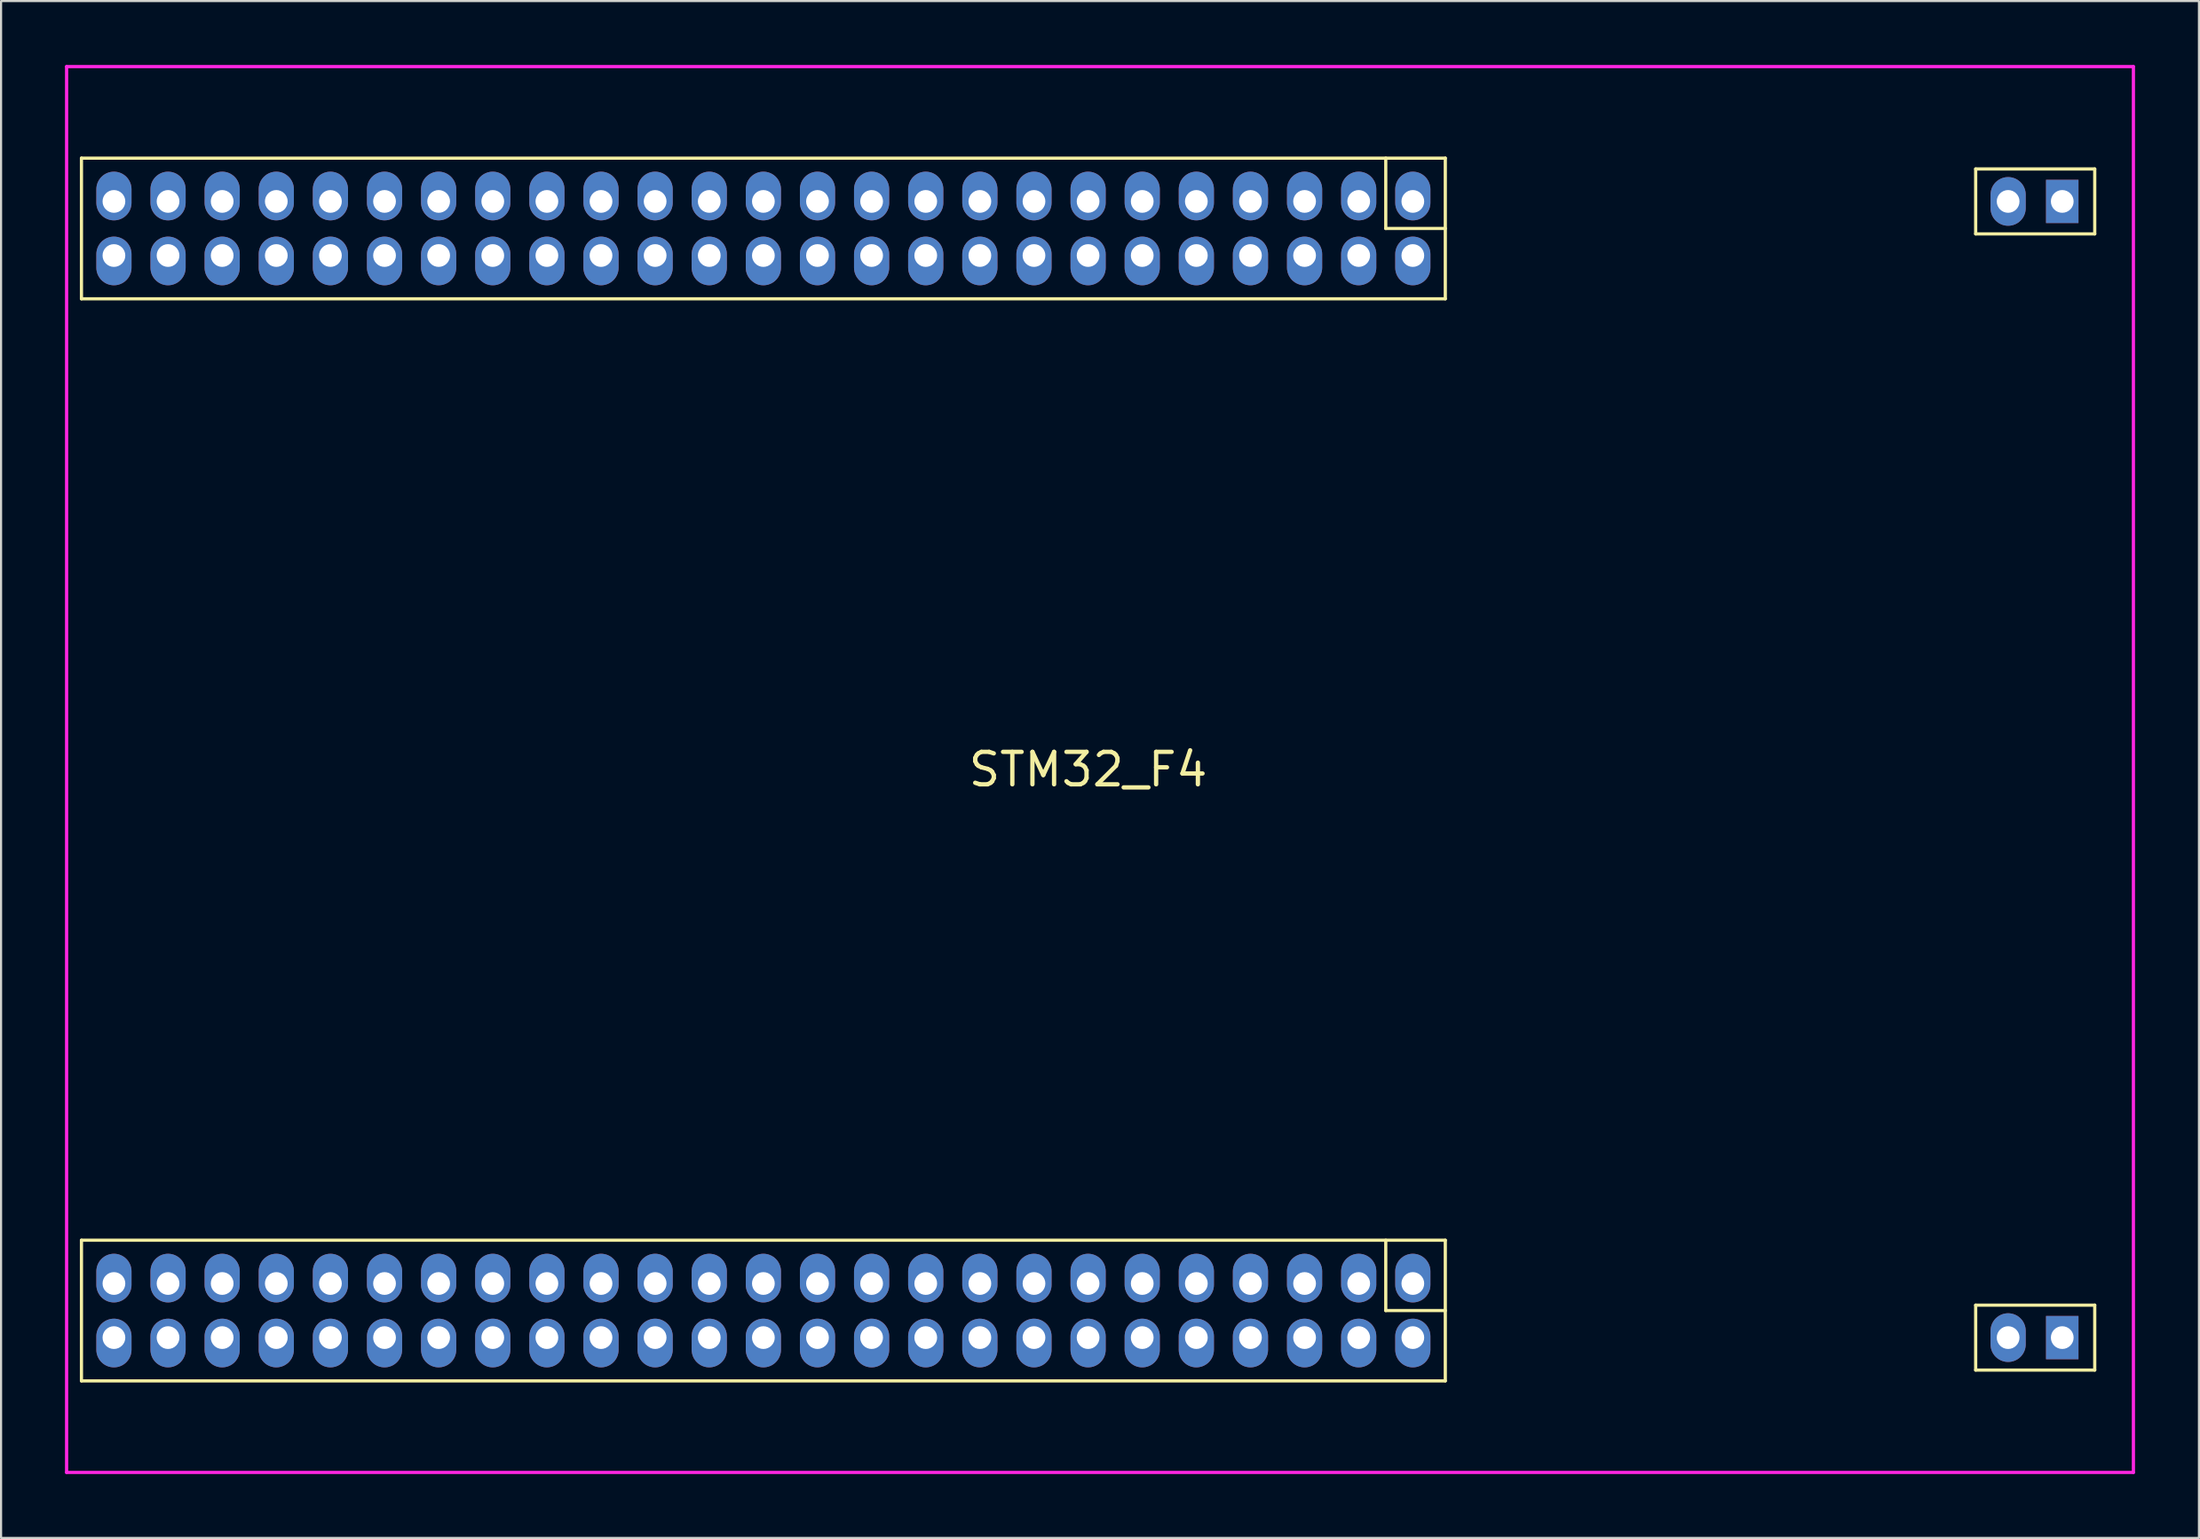
<source format=kicad_pcb>
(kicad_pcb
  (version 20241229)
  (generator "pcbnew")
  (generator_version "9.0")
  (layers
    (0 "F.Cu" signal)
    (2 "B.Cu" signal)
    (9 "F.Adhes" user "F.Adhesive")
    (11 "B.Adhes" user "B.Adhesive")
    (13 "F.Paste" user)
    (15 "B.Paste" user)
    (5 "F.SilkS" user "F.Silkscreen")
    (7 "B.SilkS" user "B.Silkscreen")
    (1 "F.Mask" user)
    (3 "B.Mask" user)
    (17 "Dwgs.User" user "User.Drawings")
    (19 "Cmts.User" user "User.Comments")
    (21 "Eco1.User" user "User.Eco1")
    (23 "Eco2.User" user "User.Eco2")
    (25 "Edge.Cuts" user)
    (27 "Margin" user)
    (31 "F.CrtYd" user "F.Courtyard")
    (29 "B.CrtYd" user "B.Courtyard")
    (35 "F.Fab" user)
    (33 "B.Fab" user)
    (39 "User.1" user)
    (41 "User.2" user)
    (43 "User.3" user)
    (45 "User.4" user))
  (footprint "STM32_F4"
    (layer "F.Cu")
    (at 48.017 31.806)
    (property "Reference" "STM32_F4" (at 0 1.27 0) (layer "F.SilkS") (effects (font (size 1.524 1.524) (thickness 0.203))))
    (attr through_hole)
    (fp_line (start -47.244 -27.432) (end -47.244 -20.828) (stroke (width 0.15) (type solid)) (layer "F.SilkS"))
    (fp_line (start -47.244 -20.828) (end 16.764 -20.828) (stroke (width 0.15) (type solid)) (layer "F.SilkS"))
    (fp_line (start -47.244 23.368) (end -47.244 29.972) (stroke (width 0.15) (type solid)) (layer "F.SilkS"))
    (fp_line (start -47.244 29.972) (end 16.764 29.972) (stroke (width 0.15) (type solid)) (layer "F.SilkS"))
    (fp_line (start 13.97 -27.432) (end 13.97 -24.13) (stroke (width 0.15) (type solid)) (layer "F.SilkS"))
    (fp_line (start 13.97 -24.13) (end 16.764 -24.13) (stroke (width 0.15) (type solid)) (layer "F.SilkS"))
    (fp_line (start 13.97 23.368) (end 13.97 26.67) (stroke (width 0.15) (type solid)) (layer "F.SilkS"))
    (fp_line (start 13.97 26.67) (end 16.764 26.67) (stroke (width 0.15) (type solid)) (layer "F.SilkS"))
    (fp_line (start 16.764 -27.432) (end -47.244 -27.432) (stroke (width 0.15) (type solid)) (layer "F.SilkS"))
    (fp_line (start 16.764 -20.828) (end 16.764 -27.432) (stroke (width 0.15) (type solid)) (layer "F.SilkS"))
    (fp_line (start 16.764 23.368) (end -47.244 23.368) (stroke (width 0.15) (type solid)) (layer "F.SilkS"))
    (fp_line (start 16.764 29.972) (end 16.764 23.368) (stroke (width 0.15) (type solid)) (layer "F.SilkS"))
    (fp_line (start 41.656 -26.924) (end 47.244 -26.924) (stroke (width 0.15) (type solid)) (layer "F.SilkS"))
    (fp_line (start 41.656 -23.876) (end 41.656 -26.924) (stroke (width 0.15) (type solid)) (layer "F.SilkS"))
    (fp_line (start 41.656 26.416) (end 41.656 29.464) (stroke (width 0.15) (type solid)) (layer "F.SilkS"))
    (fp_line (start 41.656 29.464) (end 47.244 29.464) (stroke (width 0.15) (type solid)) (layer "F.SilkS"))
    (fp_line (start 47.244 -26.924) (end 47.244 -23.876) (stroke (width 0.15) (type solid)) (layer "F.SilkS"))
    (fp_line (start 47.244 -23.876) (end 41.656 -23.876) (stroke (width 0.15) (type solid)) (layer "F.SilkS"))
    (fp_line (start 47.244 26.416) (end 41.656 26.416) (stroke (width 0.15) (type solid)) (layer "F.SilkS"))
    (fp_line (start 47.244 29.464) (end 47.244 26.416) (stroke (width 0.15) (type solid)) (layer "F.SilkS"))
    (fp_line (start -47.941 34.27) (end -47.941 -31.73) (stroke (width 0.152) (type solid)) (layer "F.CrtYd"))
    (fp_line (start -47.941 34.27) (end 49.059 34.27) (stroke (width 0.152) (type solid)) (layer "F.CrtYd"))
    (fp_line (start 49.059 -31.73) (end -47.941 -31.73) (stroke (width 0.152) (type solid)) (layer "F.CrtYd"))
    (fp_line (start 49.059 34.27) (end 49.059 -31.73) (stroke (width 0.152) (type solid)) (layer "F.CrtYd"))
    (pad "1-1" thru_hole oval (at 15.24 -25.4) (size 1.651 2.286) (drill 1.067 (offset 0 -0.254)) (layers "*.Cu" "*.Mask"))
    (pad "1-2" thru_hole oval (at 15.24 -22.86 180) (size 1.651 2.286) (drill 1.067 (offset 0 -0.254)) (layers "*.Cu" "*.Mask"))
    (pad "1-3" thru_hole oval (at 12.7 -25.4) (size 1.651 2.286) (drill 1.067 (offset 0 -0.254)) (layers "*.Cu" "*.Mask"))
    (pad "1-4" thru_hole oval (at 12.7 -22.86 180) (size 1.651 2.286) (drill 1.067 (offset 0 -0.254)) (layers "*.Cu" "*.Mask"))
    (pad "1-5" thru_hole oval (at 10.16 -25.4) (size 1.651 2.286) (drill 1.067 (offset 0 -0.254)) (layers "*.Cu" "*.Mask"))
    (pad "1-6" thru_hole oval (at 10.16 -22.86 180) (size 1.651 2.286) (drill 1.067 (offset 0 -0.254)) (layers "*.Cu" "*.Mask"))
    (pad "1-7" thru_hole oval (at 7.62 -25.4) (size 1.651 2.286) (drill 1.067 (offset 0 -0.254)) (layers "*.Cu" "*.Mask"))
    (pad "1-8" thru_hole oval (at 7.62 -22.86 180) (size 1.651 2.286) (drill 1.067 (offset 0 -0.254)) (layers "*.Cu" "*.Mask"))
    (pad "1-9" thru_hole oval (at 5.08 -25.4) (size 1.651 2.286) (drill 1.067 (offset 0 -0.254)) (layers "*.Cu" "*.Mask"))
    (pad "1-10" thru_hole oval (at 5.08 -22.86 180) (size 1.651 2.286) (drill 1.067 (offset 0 -0.254)) (layers "*.Cu" "*.Mask"))
    (pad "1-11" thru_hole oval (at 2.54 -25.4) (size 1.651 2.286) (drill 1.067 (offset 0 -0.254)) (layers "*.Cu" "*.Mask"))
    (pad "1-12" thru_hole oval (at 2.54 -22.86 180) (size 1.651 2.286) (drill 1.067 (offset 0 -0.254)) (layers "*.Cu" "*.Mask"))
    (pad "1-13" thru_hole oval (at 0 -25.4) (size 1.651 2.286) (drill 1.067 (offset 0 -0.254)) (layers "*.Cu" "*.Mask"))
    (pad "1-14" thru_hole oval (at 0 -22.86 180) (size 1.651 2.286) (drill 1.067 (offset 0 -0.254)) (layers "*.Cu" "*.Mask"))
    (pad "1-15" thru_hole oval (at -2.54 -25.4) (size 1.651 2.286) (drill 1.067 (offset 0 -0.254)) (layers "*.Cu" "*.Mask"))
    (pad "1-16" thru_hole oval (at -2.54 -22.86 180) (size 1.651 2.286) (drill 1.067 (offset 0 -0.254)) (layers "*.Cu" "*.Mask"))
    (pad "1-17" thru_hole oval (at -5.08 -25.4) (size 1.651 2.286) (drill 1.067 (offset 0 -0.254)) (layers "*.Cu" "*.Mask"))
    (pad "1-18" thru_hole oval (at -5.08 -22.86 180) (size 1.651 2.286) (drill 1.067 (offset 0 -0.254)) (layers "*.Cu" "*.Mask"))
    (pad "1-19" thru_hole oval (at -7.62 -25.4) (size 1.651 2.286) (drill 1.067 (offset 0 -0.254)) (layers "*.Cu" "*.Mask"))
    (pad "1-20" thru_hole oval (at -7.62 -22.86 180) (size 1.651 2.286) (drill 1.067 (offset 0 -0.254)) (layers "*.Cu" "*.Mask"))
    (pad "1-21" thru_hole oval (at -10.16 -25.4) (size 1.651 2.286) (drill 1.067 (offset 0 -0.254)) (layers "*.Cu" "*.Mask"))
    (pad "1-22" thru_hole oval (at -10.16 -22.86 180) (size 1.651 2.286) (drill 1.067 (offset 0 -0.254)) (layers "*.Cu" "*.Mask"))
    (pad "1-23" thru_hole oval (at -12.7 -25.4) (size 1.651 2.286) (drill 1.067 (offset 0 -0.254)) (layers "*.Cu" "*.Mask"))
    (pad "1-24" thru_hole oval (at -12.7 -22.86 180) (size 1.651 2.286) (drill 1.067 (offset 0 -0.254)) (layers "*.Cu" "*.Mask"))
    (pad "1-25" thru_hole oval (at -15.24 -25.4) (size 1.651 2.286) (drill 1.067 (offset 0 -0.254)) (layers "*.Cu" "*.Mask"))
    (pad "1-26" thru_hole oval (at -15.24 -22.86 180) (size 1.651 2.286) (drill 1.067 (offset 0 -0.254)) (layers "*.Cu" "*.Mask"))
    (pad "1-27" thru_hole oval (at -17.78 -25.4) (size 1.651 2.286) (drill 1.067 (offset 0 -0.254)) (layers "*.Cu" "*.Mask"))
    (pad "1-28" thru_hole oval (at -17.78 -22.86 180) (size 1.651 2.286) (drill 1.067 (offset 0 -0.254)) (layers "*.Cu" "*.Mask"))
    (pad "1-29" thru_hole oval (at -20.32 -25.4) (size 1.651 2.286) (drill 1.067 (offset 0 -0.254)) (layers "*.Cu" "*.Mask"))
    (pad "1-30" thru_hole oval (at -20.32 -22.86 180) (size 1.651 2.286) (drill 1.067 (offset 0 -0.254)) (layers "*.Cu" "*.Mask"))
    (pad "1-31" thru_hole oval (at -22.86 -25.4) (size 1.651 2.286) (drill 1.067 (offset 0 -0.254)) (layers "*.Cu" "*.Mask"))
    (pad "1-32" thru_hole oval (at -22.86 -22.86 180) (size 1.651 2.286) (drill 1.067 (offset 0 -0.254)) (layers "*.Cu" "*.Mask"))
    (pad "1-33" thru_hole oval (at -25.4 -25.4) (size 1.651 2.286) (drill 1.067 (offset 0 -0.254)) (layers "*.Cu" "*.Mask"))
    (pad "1-34" thru_hole oval (at -25.4 -22.86 180) (size 1.651 2.286) (drill 1.067 (offset 0 -0.254)) (layers "*.Cu" "*.Mask"))
    (pad "1-35" thru_hole oval (at -27.94 -25.4) (size 1.651 2.286) (drill 1.067 (offset 0 -0.254)) (layers "*.Cu" "*.Mask"))
    (pad "1-36" thru_hole oval (at -27.94 -22.86 180) (size 1.651 2.286) (drill 1.067 (offset 0 -0.254)) (layers "*.Cu" "*.Mask"))
    (pad "1-37" thru_hole oval (at -30.48 -25.4) (size 1.651 2.286) (drill 1.067 (offset 0 -0.254)) (layers "*.Cu" "*.Mask"))
    (pad "1-38" thru_hole oval (at -30.48 -22.86 180) (size 1.651 2.286) (drill 1.067 (offset 0 -0.254)) (layers "*.Cu" "*.Mask"))
    (pad "1-39" thru_hole oval (at -33.02 -25.4) (size 1.651 2.286) (drill 1.067 (offset 0 -0.254)) (layers "*.Cu" "*.Mask"))
    (pad "1-40" thru_hole oval (at -33.02 -22.86 180) (size 1.651 2.286) (drill 1.067 (offset 0 -0.254)) (layers "*.Cu" "*.Mask"))
    (pad "1-41" thru_hole oval (at -35.56 -25.4) (size 1.651 2.286) (drill 1.067 (offset 0 -0.254)) (layers "*.Cu" "*.Mask"))
    (pad "1-42" thru_hole oval (at -35.56 -22.86 180) (size 1.651 2.286) (drill 1.067 (offset 0 -0.254)) (layers "*.Cu" "*.Mask"))
    (pad "1-43" thru_hole oval (at -38.1 -25.4) (size 1.651 2.286) (drill 1.067 (offset 0 -0.254)) (layers "*.Cu" "*.Mask"))
    (pad "1-44" thru_hole oval (at -38.1 -22.86 180) (size 1.651 2.286) (drill 1.067 (offset 0 -0.254)) (layers "*.Cu" "*.Mask"))
    (pad "1-45" thru_hole oval (at -40.64 -25.4) (size 1.651 2.286) (drill 1.067 (offset 0 -0.254)) (layers "*.Cu" "*.Mask"))
    (pad "1-46" thru_hole oval (at -40.64 -22.86 180) (size 1.651 2.286) (drill 1.067 (offset 0 -0.254)) (layers "*.Cu" "*.Mask"))
    (pad "1-47" thru_hole oval (at -43.18 -25.4) (size 1.651 2.286) (drill 1.067 (offset 0 -0.254)) (layers "*.Cu" "*.Mask"))
    (pad "1-48" thru_hole oval (at -43.18 -22.86 180) (size 1.651 2.286) (drill 1.067 (offset 0 -0.254)) (layers "*.Cu" "*.Mask"))
    (pad "1-49" thru_hole oval (at -45.72 -25.4) (size 1.651 2.286) (drill 1.067 (offset 0 -0.254)) (layers "*.Cu" "*.Mask"))
    (pad "1-50" thru_hole oval (at -45.72 -22.86 180) (size 1.651 2.286) (drill 1.067 (offset 0 -0.254)) (layers "*.Cu" "*.Mask"))
    (pad "2-1" thru_hole oval (at 15.24 25.4) (size 1.651 2.286) (drill 1.067 (offset 0 -0.254)) (layers "*.Cu" "*.Mask"))
    (pad "2-2" thru_hole oval (at 15.24 27.94 180) (size 1.651 2.286) (drill 1.067 (offset 0 -0.254)) (layers "*.Cu" "*.Mask"))
    (pad "2-3" thru_hole oval (at 12.7 25.4) (size 1.651 2.286) (drill 1.067 (offset 0 -0.254)) (layers "*.Cu" "*.Mask"))
    (pad "2-4" thru_hole oval (at 12.7 27.94 180) (size 1.651 2.286) (drill 1.067 (offset 0 -0.254)) (layers "*.Cu" "*.Mask"))
    (pad "2-5" thru_hole oval (at 10.16 25.4) (size 1.651 2.286) (drill 1.067 (offset 0 -0.254)) (layers "*.Cu" "*.Mask"))
    (pad "2-6" thru_hole oval (at 10.16 27.94 180) (size 1.651 2.286) (drill 1.067 (offset 0 -0.254)) (layers "*.Cu" "*.Mask"))
    (pad "2-7" thru_hole oval (at 7.62 25.4) (size 1.651 2.286) (drill 1.067 (offset 0 -0.254)) (layers "*.Cu" "*.Mask"))
    (pad "2-8" thru_hole oval (at 7.62 27.94 180) (size 1.651 2.286) (drill 1.067 (offset 0 -0.254)) (layers "*.Cu" "*.Mask"))
    (pad "2-9" thru_hole oval (at 5.08 25.4) (size 1.651 2.286) (drill 1.067 (offset 0 -0.254)) (layers "*.Cu" "*.Mask"))
    (pad "2-10" thru_hole oval (at 5.08 27.94 180) (size 1.651 2.286) (drill 1.067 (offset 0 -0.254)) (layers "*.Cu" "*.Mask"))
    (pad "2-11" thru_hole oval (at 2.54 25.4) (size 1.651 2.286) (drill 1.067 (offset 0 -0.254)) (layers "*.Cu" "*.Mask"))
    (pad "2-12" thru_hole oval (at 2.54 27.94 180) (size 1.651 2.286) (drill 1.067 (offset 0 -0.254)) (layers "*.Cu" "*.Mask"))
    (pad "2-13" thru_hole oval (at 0 25.4) (size 1.651 2.286) (drill 1.067 (offset 0 -0.254)) (layers "*.Cu" "*.Mask"))
    (pad "2-14" thru_hole oval (at 0 27.94 180) (size 1.651 2.286) (drill 1.067 (offset 0 -0.254)) (layers "*.Cu" "*.Mask"))
    (pad "2-15" thru_hole oval (at -2.54 25.4) (size 1.651 2.286) (drill 1.067 (offset 0 -0.254)) (layers "*.Cu" "*.Mask"))
    (pad "2-16" thru_hole oval (at -2.54 27.94 180) (size 1.651 2.286) (drill 1.067 (offset 0 -0.254)) (layers "*.Cu" "*.Mask"))
    (pad "2-17" thru_hole oval (at -5.08 25.4) (size 1.651 2.286) (drill 1.067 (offset 0 -0.254)) (layers "*.Cu" "*.Mask"))
    (pad "2-18" thru_hole oval (at -5.08 27.94 180) (size 1.651 2.286) (drill 1.067 (offset 0 -0.254)) (layers "*.Cu" "*.Mask"))
    (pad "2-19" thru_hole oval (at -7.62 25.4) (size 1.651 2.286) (drill 1.067 (offset 0 -0.254)) (layers "*.Cu" "*.Mask"))
    (pad "2-20" thru_hole oval (at -7.62 27.94 180) (size 1.651 2.286) (drill 1.067 (offset 0 -0.254)) (layers "*.Cu" "*.Mask"))
    (pad "2-21" thru_hole oval (at -10.16 25.4) (size 1.651 2.286) (drill 1.067 (offset 0 -0.254)) (layers "*.Cu" "*.Mask"))
    (pad "2-22" thru_hole oval (at -10.16 27.94 180) (size 1.651 2.286) (drill 1.067 (offset 0 -0.254)) (layers "*.Cu" "*.Mask"))
    (pad "2-23" thru_hole oval (at -12.7 25.4) (size 1.651 2.286) (drill 1.067 (offset 0 -0.254)) (layers "*.Cu" "*.Mask"))
    (pad "2-24" thru_hole oval (at -12.7 27.94 180) (size 1.651 2.286) (drill 1.067 (offset 0 -0.254)) (layers "*.Cu" "*.Mask"))
    (pad "2-25" thru_hole oval (at -15.24 25.4) (size 1.651 2.286) (drill 1.067 (offset 0 -0.254)) (layers "*.Cu" "*.Mask"))
    (pad "2-26" thru_hole oval (at -15.24 27.94 180) (size 1.651 2.286) (drill 1.067 (offset 0 -0.254)) (layers "*.Cu" "*.Mask"))
    (pad "2-27" thru_hole oval (at -17.78 25.4) (size 1.651 2.286) (drill 1.067 (offset 0 -0.254)) (layers "*.Cu" "*.Mask"))
    (pad "2-28" thru_hole oval (at -17.78 27.94 180) (size 1.651 2.286) (drill 1.067 (offset 0 -0.254)) (layers "*.Cu" "*.Mask"))
    (pad "2-29" thru_hole oval (at -20.32 25.4) (size 1.651 2.286) (drill 1.067 (offset 0 -0.254)) (layers "*.Cu" "*.Mask"))
    (pad "2-30" thru_hole oval (at -20.32 27.94 180) (size 1.651 2.286) (drill 1.067 (offset 0 -0.254)) (layers "*.Cu" "*.Mask"))
    (pad "2-31" thru_hole oval (at -22.86 25.4) (size 1.651 2.286) (drill 1.067 (offset 0 -0.254)) (layers "*.Cu" "*.Mask"))
    (pad "2-32" thru_hole oval (at -22.86 27.94 180) (size 1.651 2.286) (drill 1.067 (offset 0 -0.254)) (layers "*.Cu" "*.Mask"))
    (pad "2-33" thru_hole oval (at -25.4 25.4) (size 1.651 2.286) (drill 1.067 (offset 0 -0.254)) (layers "*.Cu" "*.Mask"))
    (pad "2-34" thru_hole oval (at -25.4 27.94 180) (size 1.651 2.286) (drill 1.067 (offset 0 -0.254)) (layers "*.Cu" "*.Mask"))
    (pad "2-35" thru_hole oval (at -27.94 25.4) (size 1.651 2.286) (drill 1.067 (offset 0 -0.254)) (layers "*.Cu" "*.Mask"))
    (pad "2-36" thru_hole oval (at -27.94 27.94 180) (size 1.651 2.286) (drill 1.067 (offset 0 -0.254)) (layers "*.Cu" "*.Mask"))
    (pad "2-37" thru_hole oval (at -30.48 25.4) (size 1.651 2.286) (drill 1.067 (offset 0 -0.254)) (layers "*.Cu" "*.Mask"))
    (pad "2-38" thru_hole oval (at -30.48 27.94 180) (size 1.651 2.286) (drill 1.067 (offset 0 -0.254)) (layers "*.Cu" "*.Mask"))
    (pad "2-39" thru_hole oval (at -33.02 25.4) (size 1.651 2.286) (drill 1.067 (offset 0 -0.254)) (layers "*.Cu" "*.Mask"))
    (pad "2-40" thru_hole oval (at -33.02 27.94 180) (size 1.651 2.286) (drill 1.067 (offset 0 -0.254)) (layers "*.Cu" "*.Mask"))
    (pad "2-41" thru_hole oval (at -35.56 25.4) (size 1.651 2.286) (drill 1.067 (offset 0 -0.254)) (layers "*.Cu" "*.Mask"))
    (pad "2-42" thru_hole oval (at -35.56 27.94 180) (size 1.651 2.286) (drill 1.067 (offset 0 -0.254)) (layers "*.Cu" "*.Mask"))
    (pad "2-43" thru_hole oval (at -38.1 25.4) (size 1.651 2.286) (drill 1.067 (offset 0 -0.254)) (layers "*.Cu" "*.Mask"))
    (pad "2-44" thru_hole oval (at -38.1 27.94 180) (size 1.651 2.286) (drill 1.067 (offset 0 -0.254)) (layers "*.Cu" "*.Mask"))
    (pad "2-45" thru_hole oval (at -40.64 25.4) (size 1.651 2.286) (drill 1.067 (offset 0 -0.254)) (layers "*.Cu" "*.Mask"))
    (pad "2-46" thru_hole oval (at -40.64 27.94 180) (size 1.651 2.286) (drill 1.067 (offset 0 -0.254)) (layers "*.Cu" "*.Mask"))
    (pad "2-47" thru_hole oval (at -43.18 25.4) (size 1.651 2.286) (drill 1.067 (offset 0 -0.254)) (layers "*.Cu" "*.Mask"))
    (pad "2-48" thru_hole oval (at -43.18 27.94 180) (size 1.651 2.286) (drill 1.067 (offset 0 -0.254)) (layers "*.Cu" "*.Mask"))
    (pad "2-49" thru_hole oval (at -45.72 25.4) (size 1.651 2.286) (drill 1.067 (offset 0 -0.254)) (layers "*.Cu" "*.Mask"))
    (pad "2-50" thru_hole oval (at -45.72 27.94 180) (size 1.651 2.286) (drill 1.067 (offset 0 -0.254)) (layers "*.Cu" "*.Mask"))
    (pad "JP21" thru_hole rect (at 45.719 -25.4) (size 1.524 2.032) (drill 1.067) (layers "*.Cu" "*.Mask"))
    (pad "JP22" thru_hole oval (at 43.179 -25.4) (size 1.651 2.286) (drill 1.067) (layers "*.Cu" "*.Mask"))
    (pad "JP31" thru_hole rect (at 45.719 27.94) (size 1.524 2.032) (drill 1.067) (layers "*.Cu" "*.Mask"))
    (pad "JP32" thru_hole oval (at 43.179 27.94) (size 1.651 2.286) (drill 1.067) (layers "*.Cu" "*.Mask")))
  (gr_rect
    (start -3 -3)
    (end 100.152 69.152)
    (stroke (width 0.1) (type default))
    (fill no)
    (layer "Edge.Cuts")))
</source>
